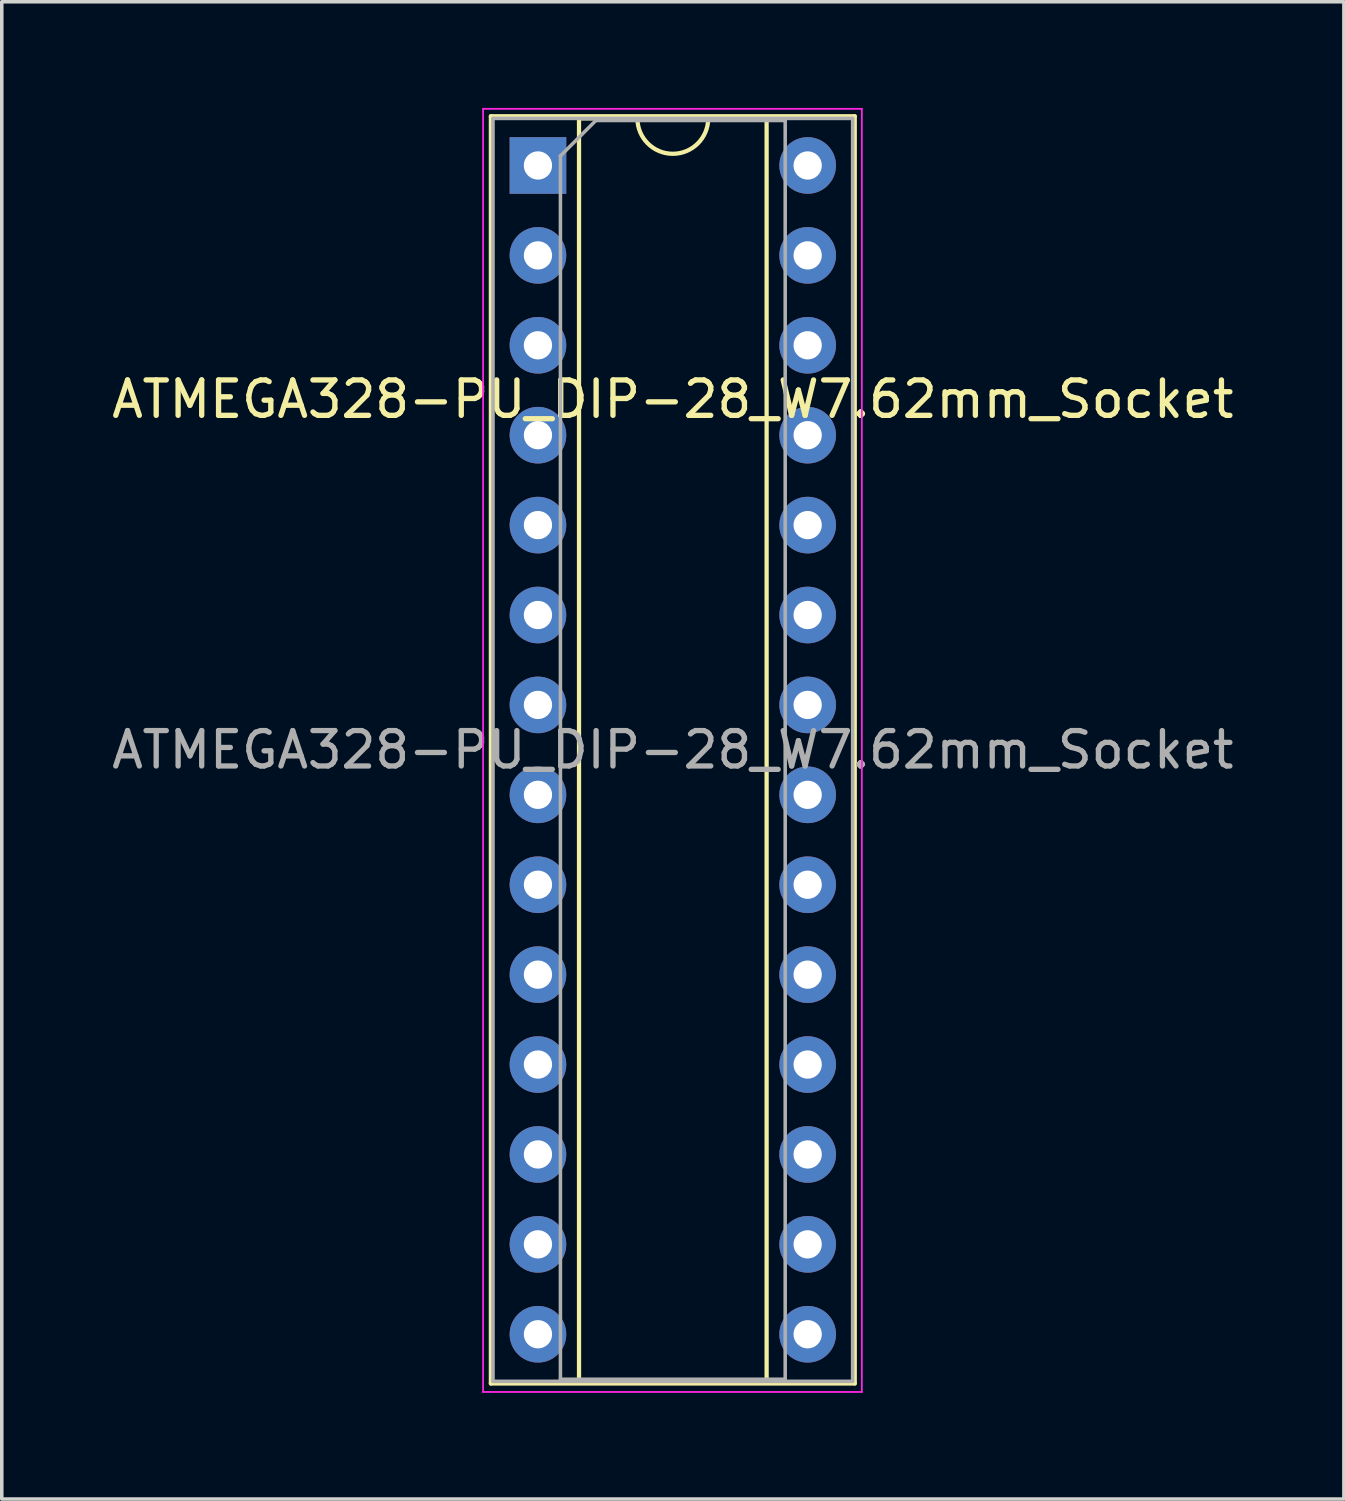
<source format=kicad_pcb>
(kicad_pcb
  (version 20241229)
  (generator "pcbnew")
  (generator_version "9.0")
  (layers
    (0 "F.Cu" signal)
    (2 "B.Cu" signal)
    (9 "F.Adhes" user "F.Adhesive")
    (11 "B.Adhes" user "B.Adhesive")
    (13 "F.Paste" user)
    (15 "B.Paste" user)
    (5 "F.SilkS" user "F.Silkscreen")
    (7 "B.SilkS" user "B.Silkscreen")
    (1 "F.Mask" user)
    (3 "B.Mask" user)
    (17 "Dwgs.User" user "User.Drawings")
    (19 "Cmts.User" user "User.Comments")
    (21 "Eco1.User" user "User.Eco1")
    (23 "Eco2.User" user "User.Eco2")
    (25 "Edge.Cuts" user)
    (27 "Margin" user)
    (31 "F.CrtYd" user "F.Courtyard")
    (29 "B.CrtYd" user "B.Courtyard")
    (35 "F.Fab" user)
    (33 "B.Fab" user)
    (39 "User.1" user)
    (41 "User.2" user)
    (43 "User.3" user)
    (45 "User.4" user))
  (footprint "ATMEGA328-PU_DIP-28_W7.62mm_Socket"
    (layer "F.Cu")
    (at 12.148 1.625)
    (property "Reference" "ATMEGA328-PU_DIP-28_W7.62mm_Socket" (at 3.81 6.604 0) (layer "F.SilkS") (effects (font (size 1 1) (thickness 0.15))))
    (attr through_hole)
    (fp_line (start -1.33 -1.39) (end -1.33 34.41) (stroke (width 0.12) (type solid)) (layer "F.SilkS"))
    (fp_line (start -1.33 34.41) (end 8.95 34.41) (stroke (width 0.12) (type solid)) (layer "F.SilkS"))
    (fp_line (start 1.16 -1.33) (end 1.16 34.35) (stroke (width 0.12) (type solid)) (layer "F.SilkS"))
    (fp_line (start 1.16 34.35) (end 6.46 34.35) (stroke (width 0.12) (type solid)) (layer "F.SilkS"))
    (fp_line (start 2.81 -1.33) (end 1.16 -1.33) (stroke (width 0.12) (type solid)) (layer "F.SilkS"))
    (fp_line (start 6.46 -1.33) (end 4.81 -1.33) (stroke (width 0.12) (type solid)) (layer "F.SilkS"))
    (fp_line (start 6.46 34.35) (end 6.46 -1.33) (stroke (width 0.12) (type solid)) (layer "F.SilkS"))
    (fp_line (start 8.95 -1.39) (end -1.33 -1.39) (stroke (width 0.12) (type solid)) (layer "F.SilkS"))
    (fp_line (start 8.95 34.41) (end 8.95 -1.39) (stroke (width 0.12) (type solid)) (layer "F.SilkS"))
    (fp_arc (start 4.81 -1.33) (mid 3.81 -0.33) (end 2.81 -1.33) (stroke (width 0.12) (type solid)) (layer "F.SilkS"))
    (fp_line (start -1.55 -1.6) (end -1.55 34.65) (stroke (width 0.05) (type solid)) (layer "F.CrtYd"))
    (fp_line (start -1.55 34.65) (end 9.15 34.65) (stroke (width 0.05) (type solid)) (layer "F.CrtYd"))
    (fp_line (start 9.15 -1.6) (end -1.55 -1.6) (stroke (width 0.05) (type solid)) (layer "F.CrtYd"))
    (fp_line (start 9.15 34.65) (end 9.15 -1.6) (stroke (width 0.05) (type solid)) (layer "F.CrtYd"))
    (fp_line (start -1.27 -1.33) (end -1.27 34.35) (stroke (width 0.1) (type solid)) (layer "F.Fab"))
    (fp_line (start -1.27 34.35) (end 8.89 34.35) (stroke (width 0.1) (type solid)) (layer "F.Fab"))
    (fp_line (start 0.635 -0.27) (end 1.635 -1.27) (stroke (width 0.1) (type solid)) (layer "F.Fab"))
    (fp_line (start 0.635 34.29) (end 0.635 -0.27) (stroke (width 0.1) (type solid)) (layer "F.Fab"))
    (fp_line (start 1.635 -1.27) (end 6.985 -1.27) (stroke (width 0.1) (type solid)) (layer "F.Fab"))
    (fp_line (start 6.985 -1.27) (end 6.985 34.29) (stroke (width 0.1) (type solid)) (layer "F.Fab"))
    (fp_line (start 6.985 34.29) (end 0.635 34.29) (stroke (width 0.1) (type solid)) (layer "F.Fab"))
    (fp_line (start 8.89 -1.33) (end -1.27 -1.33) (stroke (width 0.1) (type solid)) (layer "F.Fab"))
    (fp_line (start 8.89 34.35) (end 8.89 -1.33) (stroke (width 0.1) (type solid)) (layer "F.Fab"))
    (fp_text user "${REFERENCE}" (at 3.81 16.51 0) (layer "F.Fab") (effects (font (size 1 1) (thickness 0.15))))
    (pad "1" thru_hole rect (at 0 0) (size 1.6 1.6) (drill 0.8) (layers "*.Cu" "*.Mask"))
    (pad "2" thru_hole oval (at 0 2.54) (size 1.6 1.6) (drill 0.8) (layers "*.Cu" "*.Mask"))
    (pad "3" thru_hole oval (at 0 5.08) (size 1.6 1.6) (drill 0.8) (layers "*.Cu" "*.Mask"))
    (pad "4" thru_hole oval (at 0 7.62) (size 1.6 1.6) (drill 0.8) (layers "*.Cu" "*.Mask"))
    (pad "5" thru_hole oval (at 0 10.16) (size 1.6 1.6) (drill 0.8) (layers "*.Cu" "*.Mask"))
    (pad "6" thru_hole oval (at 0 12.7) (size 1.6 1.6) (drill 0.8) (layers "*.Cu" "*.Mask"))
    (pad "7" thru_hole oval (at 0 15.24) (size 1.6 1.6) (drill 0.8) (layers "*.Cu" "*.Mask"))
    (pad "8" thru_hole oval (at 0 17.78) (size 1.6 1.6) (drill 0.8) (layers "*.Cu" "*.Mask"))
    (pad "9" thru_hole oval (at 0 20.32) (size 1.6 1.6) (drill 0.8) (layers "*.Cu" "*.Mask"))
    (pad "10" thru_hole oval (at 0 22.86) (size 1.6 1.6) (drill 0.8) (layers "*.Cu" "*.Mask"))
    (pad "11" thru_hole oval (at 0 25.4) (size 1.6 1.6) (drill 0.8) (layers "*.Cu" "*.Mask"))
    (pad "12" thru_hole oval (at 0 27.94) (size 1.6 1.6) (drill 0.8) (layers "*.Cu" "*.Mask"))
    (pad "13" thru_hole oval (at 0 30.48) (size 1.6 1.6) (drill 0.8) (layers "*.Cu" "*.Mask"))
    (pad "14" thru_hole oval (at 0 33.02) (size 1.6 1.6) (drill 0.8) (layers "*.Cu" "*.Mask"))
    (pad "15" thru_hole oval (at 7.62 33.02) (size 1.6 1.6) (drill 0.8) (layers "*.Cu" "*.Mask"))
    (pad "16" thru_hole oval (at 7.62 30.48) (size 1.6 1.6) (drill 0.8) (layers "*.Cu" "*.Mask"))
    (pad "17" thru_hole oval (at 7.62 27.94) (size 1.6 1.6) (drill 0.8) (layers "*.Cu" "*.Mask"))
    (pad "18" thru_hole oval (at 7.62 25.4) (size 1.6 1.6) (drill 0.8) (layers "*.Cu" "*.Mask"))
    (pad "19" thru_hole oval (at 7.62 22.86) (size 1.6 1.6) (drill 0.8) (layers "*.Cu" "*.Mask"))
    (pad "20" thru_hole oval (at 7.62 20.32) (size 1.6 1.6) (drill 0.8) (layers "*.Cu" "*.Mask"))
    (pad "21" thru_hole oval (at 7.62 17.78) (size 1.6 1.6) (drill 0.8) (layers "*.Cu" "*.Mask"))
    (pad "22" thru_hole oval (at 7.62 15.24) (size 1.6 1.6) (drill 0.8) (layers "*.Cu" "*.Mask"))
    (pad "23" thru_hole oval (at 7.62 12.7) (size 1.6 1.6) (drill 0.8) (layers "*.Cu" "*.Mask"))
    (pad "24" thru_hole oval (at 7.62 10.16) (size 1.6 1.6) (drill 0.8) (layers "*.Cu" "*.Mask"))
    (pad "25" thru_hole oval (at 7.62 7.62) (size 1.6 1.6) (drill 0.8) (layers "*.Cu" "*.Mask"))
    (pad "26" thru_hole oval (at 7.62 5.08) (size 1.6 1.6) (drill 0.8) (layers "*.Cu" "*.Mask"))
    (pad "27" thru_hole oval (at 7.62 2.54) (size 1.6 1.6) (drill 0.8) (layers "*.Cu" "*.Mask"))
    (pad "28" thru_hole oval (at 7.62 0) (size 1.6 1.6) (drill 0.8) (layers "*.Cu" "*.Mask")))
  (gr_rect
    (start -3 -3)
    (end 34.917 39.3)
    (stroke (width 0.1) (type default))
    (fill no)
    (layer "Edge.Cuts")))
</source>
